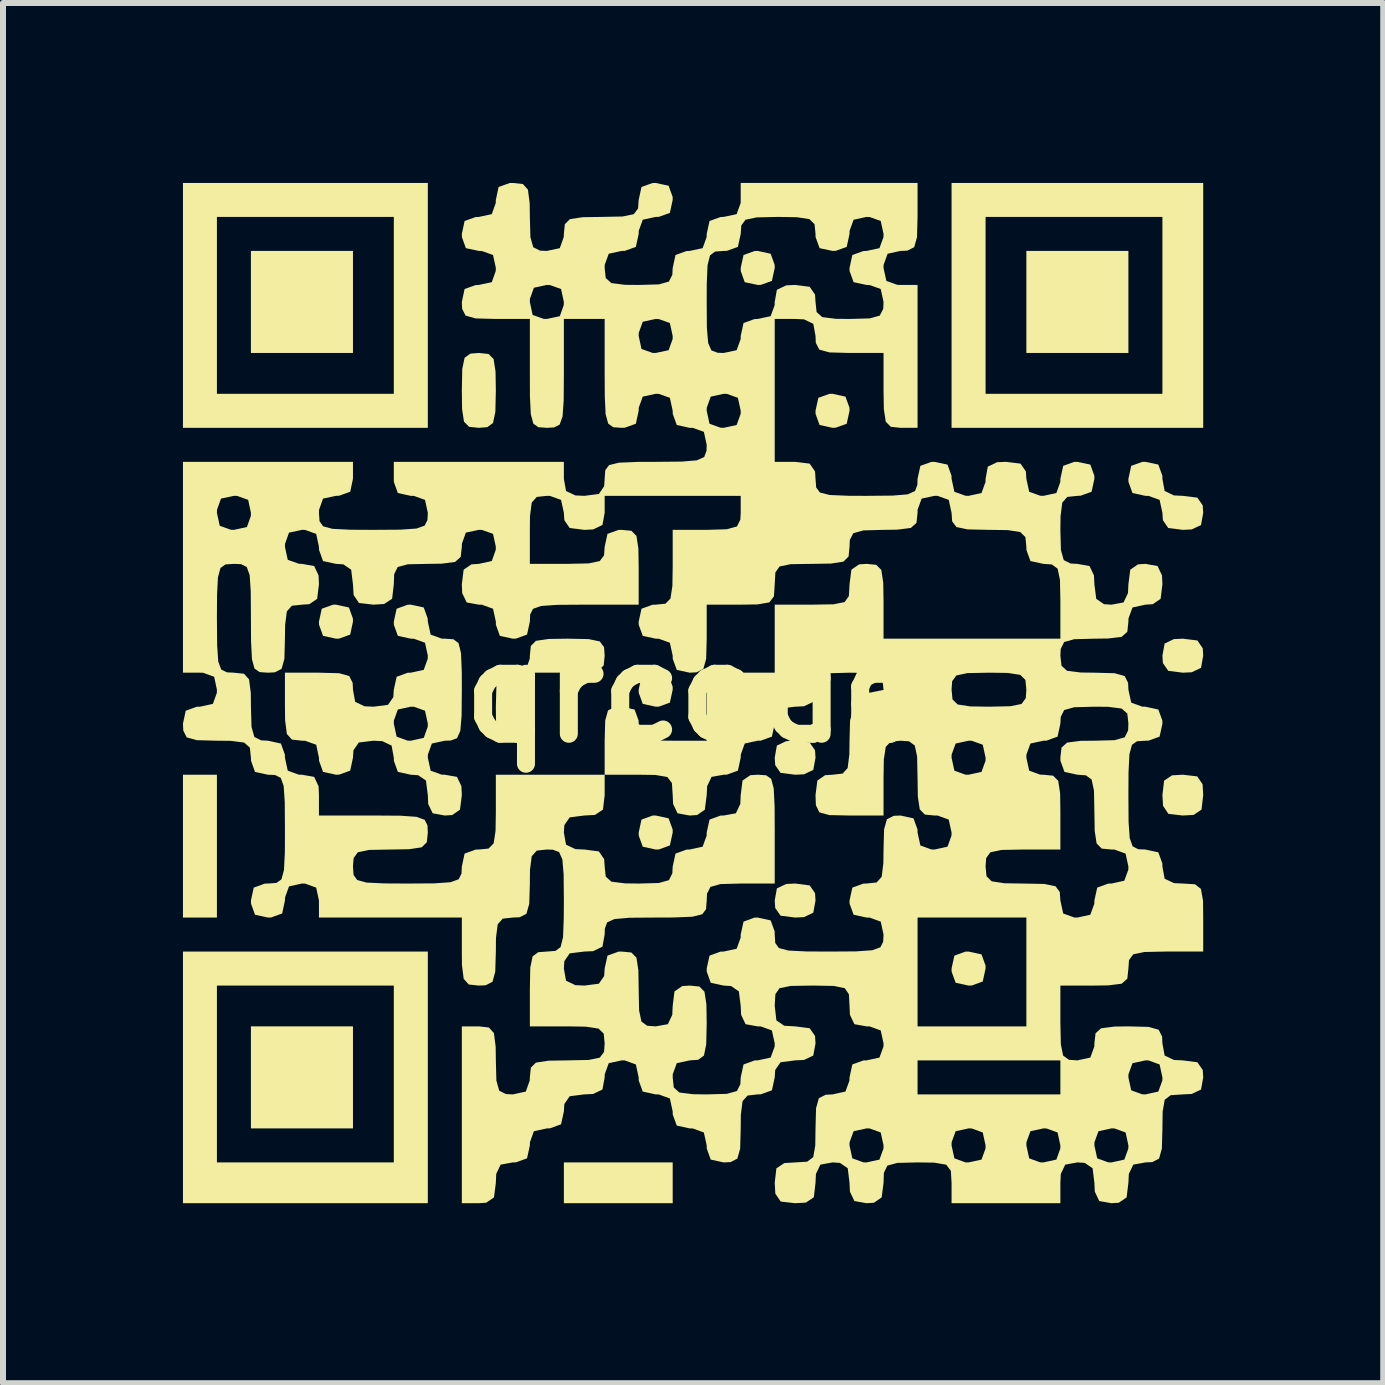
<source format=kicad_pcb>
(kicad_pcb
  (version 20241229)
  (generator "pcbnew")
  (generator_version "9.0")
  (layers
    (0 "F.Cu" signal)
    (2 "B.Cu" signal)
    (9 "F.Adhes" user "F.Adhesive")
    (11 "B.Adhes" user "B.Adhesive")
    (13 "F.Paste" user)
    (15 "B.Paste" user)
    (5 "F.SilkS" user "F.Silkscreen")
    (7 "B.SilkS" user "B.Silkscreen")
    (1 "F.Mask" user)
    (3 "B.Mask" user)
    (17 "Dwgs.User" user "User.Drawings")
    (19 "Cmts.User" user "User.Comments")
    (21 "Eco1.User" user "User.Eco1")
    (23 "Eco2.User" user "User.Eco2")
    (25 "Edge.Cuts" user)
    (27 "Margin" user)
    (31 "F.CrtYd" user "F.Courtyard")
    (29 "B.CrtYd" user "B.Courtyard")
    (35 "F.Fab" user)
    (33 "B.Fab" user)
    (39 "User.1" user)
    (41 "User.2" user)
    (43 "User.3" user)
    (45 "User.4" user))
  (footprint "qrcode"
    (layer "F.Cu")
    (at 8.504 8.504)
    (property "Reference" "qrcode" (at 0 0 0) (layer "F.SilkS") (effects (font (size 1.5 1.5) (thickness 0.3))))
    (attr board_only exclude_from_pos_files exclude_from_bom)
    (fp_poly (pts (xy -7.938 2.551) (xy -7.938 3.742) (xy -8.221 3.742) (xy -8.504 3.742) (xy -8.504 2.551) (xy -8.504 1.361) (xy -8.221 1.361) (xy -7.938 1.361)) (stroke (width 0) (type solid)) (fill yes) (layer "F.SilkS"))
    (fp_poly (pts (xy -5.67 -6.52) (xy -5.67 -5.67) (xy -6.52 -5.67) (xy -7.371 -5.67) (xy -7.371 -6.52) (xy -7.371 -7.371) (xy -6.52 -7.371) (xy -5.67 -7.371)) (stroke (width 0) (type solid)) (fill yes) (layer "F.SilkS"))
    (fp_poly (pts (xy -5.67 6.407) (xy -5.67 7.257) (xy -6.52 7.257) (xy -7.371 7.257) (xy -7.371 6.407) (xy -7.371 5.556) (xy -6.52 5.556) (xy -5.67 5.556)) (stroke (width 0) (type solid)) (fill yes) (layer "F.SilkS"))
    (fp_poly (pts (xy -0.34 8.164) (xy -0.34 8.504) (xy -1.247 8.504) (xy -2.154 8.504) (xy -2.154 8.164) (xy -2.154 7.824) (xy -1.247 7.824) (xy -0.34 7.824)) (stroke (width 0) (type solid)) (fill yes) (layer "F.SilkS"))
    (fp_poly (pts (xy 7.257 -6.52) (xy 7.257 -5.67) (xy 6.407 -5.67) (xy 5.556 -5.67) (xy 5.556 -6.52) (xy 5.556 -7.371) (xy 6.407 -7.371) (xy 7.257 -7.371)) (stroke (width 0) (type solid)) (fill yes) (layer "F.SilkS"))
    (fp_poly (pts (xy -5.737 -1.427) (xy -5.671 -1.243) (xy -5.67 -1.191) (xy -5.716 -0.975) (xy -5.901 -0.908) (xy -5.953 -0.907) (xy -6.169 -0.954) (xy -6.235 -1.138) (xy -6.237 -1.191) (xy -6.19 -1.406) (xy -6.005 -1.473) (xy -5.953 -1.474)) (stroke (width 0) (type solid)) (fill yes) (layer "F.SilkS"))
    (fp_poly (pts (xy -0.408 -0.293) (xy -0.341 -0.109) (xy -0.34 -0.057) (xy -0.387 0.159) (xy -0.571 0.226) (xy -0.624 0.227) (xy -0.839 0.18) (xy -0.906 -0.004) (xy -0.907 -0.057) (xy -0.86 -0.272) (xy -0.676 -0.339) (xy -0.624 -0.34)) (stroke (width 0) (type solid)) (fill yes) (layer "F.SilkS"))
    (fp_poly (pts (xy -0.408 2.088) (xy -0.341 2.272) (xy -0.34 2.325) (xy -0.387 2.54) (xy -0.571 2.607) (xy -0.624 2.608) (xy -0.839 2.561) (xy -0.906 2.377) (xy -0.907 2.325) (xy -0.86 2.109) (xy -0.676 2.042) (xy -0.624 2.041)) (stroke (width 0) (type solid)) (fill yes) (layer "F.SilkS"))
    (fp_poly (pts (xy 1.293 -7.324) (xy 1.36 -7.139) (xy 1.361 -7.087) (xy 1.314 -6.871) (xy 1.129 -6.805) (xy 1.077 -6.804) (xy 0.861 -6.85) (xy 0.795 -7.035) (xy 0.794 -7.087) (xy 0.841 -7.303) (xy 1.025 -7.369) (xy 1.077 -7.371)) (stroke (width 0) (type solid)) (fill yes) (layer "F.SilkS"))
    (fp_poly (pts (xy 1.944 0.824) (xy 2.033 0.954) (xy 2.041 1.077) (xy 2.004 1.28) (xy 1.849 1.354) (xy 1.701 1.361) (xy 1.458 1.33) (xy 1.369 1.201) (xy 1.361 1.077) (xy 1.397 0.875) (xy 1.553 0.801) (xy 1.701 0.794)) (stroke (width 0) (type solid)) (fill yes) (layer "F.SilkS"))
    (fp_poly (pts (xy 1.944 3.206) (xy 2.033 3.335) (xy 2.041 3.458) (xy 2.004 3.661) (xy 1.849 3.735) (xy 1.701 3.742) (xy 1.458 3.711) (xy 1.369 3.582) (xy 1.361 3.458) (xy 1.397 3.256) (xy 1.553 3.182) (xy 1.701 3.175)) (stroke (width 0) (type solid)) (fill yes) (layer "F.SilkS"))
    (fp_poly (pts (xy 2.54 -4.942) (xy 2.607 -4.758) (xy 2.608 -4.706) (xy 2.561 -4.49) (xy 2.377 -4.424) (xy 2.325 -4.422) (xy 2.109 -4.469) (xy 2.042 -4.654) (xy 2.041 -4.706) (xy 2.088 -4.922) (xy 2.272 -4.988) (xy 2.325 -4.989)) (stroke (width 0) (type solid)) (fill yes) (layer "F.SilkS"))
    (fp_poly (pts (xy 4.808 4.356) (xy 4.875 4.54) (xy 4.876 4.592) (xy 4.829 4.808) (xy 4.645 4.875) (xy 4.592 4.876) (xy 4.377 4.829) (xy 4.31 4.645) (xy 4.309 4.592) (xy 4.356 4.377) (xy 4.54 4.31) (xy 4.592 4.309)) (stroke (width 0) (type solid)) (fill yes) (layer "F.SilkS"))
    (fp_poly (pts (xy 8.405 1.389) (xy 8.494 1.521) (xy 8.504 1.701) (xy 8.476 1.942) (xy 8.344 2.031) (xy 8.164 2.041) (xy 7.923 2.013) (xy 7.835 1.88) (xy 7.824 1.701) (xy 7.852 1.46) (xy 7.985 1.371) (xy 8.164 1.361)) (stroke (width 0) (type solid)) (fill yes) (layer "F.SilkS"))
    (fp_poly (pts (xy 8.407 -0.877) (xy 8.496 -0.747) (xy 8.504 -0.624) (xy 8.468 -0.421) (xy 8.312 -0.347) (xy 8.164 -0.34) (xy 7.921 -0.371) (xy 7.832 -0.5) (xy 7.824 -0.624) (xy 7.861 -0.826) (xy 8.016 -0.9) (xy 8.164 -0.907)) (stroke (width 0) (type solid)) (fill yes) (layer "F.SilkS"))
    (fp_poly (pts (xy -3.41 -5.653) (xy -3.325 -5.568) (xy -3.293 -5.357) (xy -3.288 -5.046) (xy -3.296 -4.689) (xy -3.335 -4.503) (xy -3.43 -4.433) (xy -3.572 -4.422) (xy -3.734 -4.439) (xy -3.819 -4.524) (xy -3.851 -4.735) (xy -3.855 -5.046) (xy -3.848 -5.403) (xy -3.809 -5.589) (xy -3.713 -5.659) (xy -3.572 -5.67)) (stroke (width 0) (type solid)) (fill yes) (layer "F.SilkS"))
    (fp_poly (pts (xy -4.422 -6.463) (xy -4.422 -4.422) (xy -6.463 -4.422) (xy -8.504 -4.422) (xy -8.504 -6.463) (xy -7.938 -6.463) (xy -7.938 -4.989) (xy -6.463 -4.989) (xy -4.989 -4.989) (xy -4.989 -6.463) (xy -4.989 -7.938) (xy -6.463 -7.938) (xy -7.938 -7.938) (xy -7.938 -6.463) (xy -8.504 -6.463) (xy -8.504 -8.504) (xy -6.463 -8.504) (xy -4.422 -8.504)) (stroke (width 0) (type solid)) (fill yes) (layer "F.SilkS"))
    (fp_poly (pts (xy 8.504 -6.463) (xy 8.504 -4.422) (xy 6.407 -4.422) (xy 4.309 -4.422) (xy 4.309 -6.463) (xy 4.876 -6.463) (xy 4.876 -4.989) (xy 6.35 -4.989) (xy 7.824 -4.989) (xy 7.824 -6.463) (xy 7.824 -7.938) (xy 6.35 -7.938) (xy 4.876 -7.938) (xy 4.876 -6.463) (xy 4.309 -6.463) (xy 4.309 -8.504) (xy 6.407 -8.504) (xy 8.504 -8.504)) (stroke (width 0) (type solid)) (fill yes) (layer "F.SilkS"))
    (fp_poly (pts (xy -4.422 6.407) (xy -4.422 8.504) (xy -6.463 8.504) (xy -8.504 8.504) (xy -8.504 6.407) (xy -8.504 6.35) (xy -7.938 6.35) (xy -7.938 7.824) (xy -6.463 7.824) (xy -4.989 7.824) (xy -4.989 6.35) (xy -4.989 4.876) (xy -6.463 4.876) (xy -7.938 4.876) (xy -7.938 6.35) (xy -8.504 6.35) (xy -8.504 4.309) (xy -6.463 4.309) (xy -4.422 4.309)) (stroke (width 0) (type solid)) (fill yes) (layer "F.SilkS"))
    (fp_poly (pts (xy 7.756 -3.809) (xy 7.823 -3.624) (xy 7.824 -3.572) (xy 7.861 -3.369) (xy 8.016 -3.295) (xy 8.164 -3.288) (xy 8.407 -3.258) (xy 8.496 -3.128) (xy 8.504 -3.005) (xy 8.468 -2.802) (xy 8.312 -2.728) (xy 8.164 -2.721) (xy 7.921 -2.752) (xy 7.832 -2.882) (xy 7.824 -3.005) (xy 7.777 -3.221) (xy 7.593 -3.287) (xy 7.541 -3.288) (xy 7.325 -3.335) (xy 7.258 -3.52) (xy 7.257 -3.572) (xy 7.304 -3.788) (xy 7.488 -3.854) (xy 7.541 -3.855)) (stroke (width 0) (type solid)) (fill yes) (layer "F.SilkS"))
    (fp_poly (pts (xy -1.741 -0.9) (xy -1.555 -0.861) (xy -1.484 -0.765) (xy -1.474 -0.624) (xy -1.49 -0.461) (xy -1.576 -0.377) (xy -1.786 -0.345) (xy -2.098 -0.34) (xy -2.721 -0.34) (xy -2.721 0.227) (xy -2.731 0.563) (xy -2.778 0.731) (xy -2.891 0.788) (xy -3.005 0.794) (xy -3.173 0.775) (xy -3.257 0.682) (xy -3.286 0.454) (xy -3.288 0.227) (xy -3.279 -0.11) (xy -3.232 -0.278) (xy -3.119 -0.335) (xy -3.005 -0.34) (xy -2.789 -0.387) (xy -2.723 -0.571) (xy -2.721 -0.624) (xy -2.705 -0.786) (xy -2.62 -0.871) (xy -2.409 -0.902) (xy -2.098 -0.907)) (stroke (width 0) (type solid)) (fill yes) (layer "F.SilkS"))
    (fp_poly (pts (xy -4.49 -1.427) (xy -4.424 -1.243) (xy -4.422 -1.191) (xy -4.375 -0.975) (xy -4.191 -0.908) (xy -4.139 -0.907) (xy -3.995 -0.897) (xy -3.91 -0.833) (xy -3.869 -0.668) (xy -3.856 -0.355) (xy -3.855 -0.057) (xy -3.859 0.376) (xy -3.88 0.629) (xy -3.935 0.752) (xy -4.039 0.791) (xy -4.139 0.794) (xy -4.355 0.841) (xy -4.421 1.025) (xy -4.422 1.077) (xy -4.375 1.293) (xy -4.191 1.36) (xy -4.139 1.361) (xy -3.936 1.397) (xy -3.862 1.553) (xy -3.855 1.701) (xy -3.886 1.944) (xy -4.016 2.033) (xy -4.139 2.041) (xy -4.341 2.004) (xy -4.416 1.849) (xy -4.422 1.701) (xy -4.453 1.458) (xy -4.583 1.369) (xy -4.706 1.361) (xy -4.922 1.314) (xy -4.988 1.129) (xy -4.989 1.077) (xy -5.026 0.875) (xy -5.182 0.801) (xy -5.329 0.794) (xy -5.573 0.824) (xy -5.662 0.954) (xy -5.67 1.077) (xy -5.716 1.293) (xy -5.901 1.36) (xy -5.953 1.361) (xy -6.169 1.314) (xy -6.235 1.129) (xy -6.237 1.077) (xy -6.283 0.861) (xy -6.468 0.795) (xy -6.52 0.794) (xy -6.688 0.775) (xy -6.772 0.682) (xy -6.794 0.51) (xy -4.989 0.51) (xy -4.942 0.726) (xy -4.758 0.793) (xy -4.706 0.794) (xy -4.49 0.747) (xy -4.424 0.563) (xy -4.422 0.51) (xy -4.469 0.294) (xy -4.654 0.228) (xy -4.706 0.227) (xy -4.922 0.274) (xy -4.988 0.458) (xy -4.989 0.51) (xy -6.794 0.51) (xy -6.801 0.454) (xy -6.804 0.227) (xy -6.804 -0.34) (xy -6.237 -0.34) (xy -5.9 -0.331) (xy -5.732 -0.284) (xy -5.675 -0.17) (xy -5.67 -0.057) (xy -5.633 0.146) (xy -5.477 0.22) (xy -5.329 0.227) (xy -5.086 0.196) (xy -4.997 0.067) (xy -4.989 -0.057) (xy -4.942 -0.272) (xy -4.758 -0.339) (xy -4.706 -0.34) (xy -4.49 -0.387) (xy -4.424 -0.571) (xy -4.422 -0.624) (xy -4.469 -0.839) (xy -4.654 -0.906) (xy -4.706 -0.907) (xy -4.922 -0.954) (xy -4.988 -1.138) (xy -4.989 -1.191) (xy -4.942 -1.406) (xy -4.758 -1.473) (xy -4.706 -1.474)) (stroke (width 0) (type solid)) (fill yes) (layer "F.SilkS"))
    (fp_poly (pts (xy 3.742 -7.938) (xy 3.733 -7.601) (xy 3.686 -7.433) (xy 3.572 -7.376) (xy 3.458 -7.371) (xy 3.243 -7.324) (xy 3.176 -7.139) (xy 3.175 -7.087) (xy 3.222 -6.871) (xy 3.406 -6.805) (xy 3.458 -6.804) (xy 3.742 -6.804) (xy 3.742 -5.613) (xy 3.742 -4.422) (xy 3.458 -4.422) (xy 3.296 -4.439) (xy 3.212 -4.524) (xy 3.18 -4.735) (xy 3.175 -5.046) (xy 3.175 -5.67) (xy 2.608 -5.67) (xy 2.272 -5.679) (xy 2.104 -5.726) (xy 2.046 -5.839) (xy 2.041 -5.953) (xy 2.004 -6.156) (xy 1.849 -6.23) (xy 1.701 -6.237) (xy 1.361 -6.237) (xy 1.361 -5.046) (xy 1.361 -3.855) (xy 1.701 -3.855) (xy 1.944 -3.825) (xy 2.033 -3.695) (xy 2.041 -3.572) (xy 2.052 -3.428) (xy 2.115 -3.343) (xy 2.28 -3.302) (xy 2.593 -3.289) (xy 2.892 -3.288) (xy 3.324 -3.292) (xy 3.578 -3.313) (xy 3.7 -3.368) (xy 3.739 -3.472) (xy 3.742 -3.572) (xy 3.789 -3.788) (xy 3.973 -3.854) (xy 4.025 -3.855) (xy 4.241 -3.809) (xy 4.308 -3.624) (xy 4.309 -3.572) (xy 4.356 -3.356) (xy 4.54 -3.29) (xy 4.592 -3.288) (xy 4.808 -3.335) (xy 4.875 -3.52) (xy 4.876 -3.572) (xy 4.913 -3.774) (xy 5.068 -3.849) (xy 5.216 -3.855) (xy 5.459 -3.825) (xy 5.548 -3.695) (xy 5.556 -3.572) (xy 5.603 -3.356) (xy 5.787 -3.29) (xy 5.84 -3.288) (xy 6.056 -3.335) (xy 6.122 -3.52) (xy 6.123 -3.572) (xy 6.17 -3.788) (xy 6.354 -3.854) (xy 6.407 -3.855) (xy 6.622 -3.809) (xy 6.689 -3.624) (xy 6.69 -3.572) (xy 6.643 -3.356) (xy 6.459 -3.29) (xy 6.407 -3.288) (xy 6.238 -3.27) (xy 6.155 -3.176) (xy 6.126 -2.949) (xy 6.123 -2.721) (xy 6.132 -2.385) (xy 6.179 -2.217) (xy 6.293 -2.16) (xy 6.407 -2.154) (xy 6.609 -2.118) (xy 6.683 -1.962) (xy 6.69 -1.814) (xy 6.721 -1.571) (xy 6.85 -1.482) (xy 6.974 -1.474) (xy 7.176 -1.511) (xy 7.25 -1.666) (xy 7.257 -1.814) (xy 7.288 -2.057) (xy 7.417 -2.146) (xy 7.541 -2.154) (xy 7.743 -2.118) (xy 7.817 -1.962) (xy 7.824 -1.814) (xy 7.794 -1.571) (xy 7.664 -1.482) (xy 7.541 -1.474) (xy 7.325 -1.427) (xy 7.258 -1.243) (xy 7.257 -1.191) (xy 7.239 -1.022) (xy 7.145 -0.938) (xy 6.918 -0.91) (xy 6.69 -0.907) (xy 6.354 -0.898) (xy 6.186 -0.851) (xy 6.129 -0.737) (xy 6.123 -0.624) (xy 6.142 -0.455) (xy 6.235 -0.371) (xy 6.463 -0.343) (xy 6.69 -0.34) (xy 7.027 -0.331) (xy 7.195 -0.284) (xy 7.252 -0.17) (xy 7.257 -0.057) (xy 7.304 0.159) (xy 7.488 0.226) (xy 7.541 0.227) (xy 7.756 0.274) (xy 7.823 0.458) (xy 7.824 0.51) (xy 7.777 0.726) (xy 7.593 0.793) (xy 7.541 0.794) (xy 7.4 0.803) (xy 7.316 0.863) (xy 7.274 1.02) (xy 7.259 1.319) (xy 7.257 1.701) (xy 7.26 2.151) (xy 7.279 2.42) (xy 7.328 2.555) (xy 7.421 2.603) (xy 7.541 2.608) (xy 7.756 2.655) (xy 7.823 2.839) (xy 7.824 2.892) (xy 7.861 3.094) (xy 8.016 3.168) (xy 8.164 3.175) (xy 8.366 3.187) (xy 8.466 3.264) (xy 8.501 3.462) (xy 8.504 3.742) (xy 8.504 4.309) (xy 7.881 4.309) (xy 7.524 4.316) (xy 7.338 4.355) (xy 7.267 4.451) (xy 7.257 4.592) (xy 7.239 4.761) (xy 7.145 4.845) (xy 6.918 4.873) (xy 6.69 4.876) (xy 6.123 4.876) (xy 6.123 5.5) (xy 6.131 5.857) (xy 6.169 6.043) (xy 6.265 6.113) (xy 6.407 6.123) (xy 6.622 6.076) (xy 6.689 5.892) (xy 6.69 5.84) (xy 6.709 5.671) (xy 6.802 5.588) (xy 7.03 5.559) (xy 7.257 5.556) (xy 7.594 5.565) (xy 7.761 5.612) (xy 7.819 5.726) (xy 7.824 5.84) (xy 7.861 6.042) (xy 8.016 6.116) (xy 8.164 6.123) (xy 8.407 6.154) (xy 8.496 6.283) (xy 8.504 6.407) (xy 8.468 6.609) (xy 8.312 6.683) (xy 8.164 6.69) (xy 7.963 6.703) (xy 7.862 6.779) (xy 7.828 6.977) (xy 7.824 7.257) (xy 7.815 7.594) (xy 7.768 7.761) (xy 7.654 7.819) (xy 7.541 7.824) (xy 7.338 7.861) (xy 7.264 8.016) (xy 7.257 8.164) (xy 7.227 8.407) (xy 7.097 8.496) (xy 6.974 8.504) (xy 6.771 8.468) (xy 6.697 8.312) (xy 6.69 8.164) (xy 6.66 7.921) (xy 6.53 7.832) (xy 6.407 7.824) (xy 6.204 7.861) (xy 6.13 8.016) (xy 6.123 8.164) (xy 6.123 8.504) (xy 5.216 8.504) (xy 4.309 8.504) (xy 4.309 8.164) (xy 4.297 7.963) (xy 4.22 7.862) (xy 4.022 7.828) (xy 3.742 7.824) (xy 3.406 7.832) (xy 3.239 7.877) (xy 3.181 7.996) (xy 3.175 8.164) (xy 3.144 8.407) (xy 3.015 8.496) (xy 2.892 8.504) (xy 2.689 8.468) (xy 2.615 8.312) (xy 2.608 8.164) (xy 2.578 7.921) (xy 2.448 7.832) (xy 2.325 7.824) (xy 2.122 7.861) (xy 2.048 8.016) (xy 2.041 8.164) (xy 2.013 8.405) (xy 1.88 8.494) (xy 1.701 8.504) (xy 1.46 8.476) (xy 1.371 8.344) (xy 1.361 8.164) (xy 1.389 7.923) (xy 1.521 7.835) (xy 1.701 7.824) (xy 1.902 7.812) (xy 2.003 7.736) (xy 2.037 7.541) (xy 2.608 7.541) (xy 2.655 7.756) (xy 2.839 7.823) (xy 2.892 7.824) (xy 3.107 7.777) (xy 3.174 7.593) (xy 3.175 7.541) (xy 4.309 7.541) (xy 4.356 7.756) (xy 4.54 7.823) (xy 4.592 7.824) (xy 4.808 7.777) (xy 4.875 7.593) (xy 4.876 7.541) (xy 5.556 7.541) (xy 5.603 7.756) (xy 5.787 7.823) (xy 5.84 7.824) (xy 6.056 7.777) (xy 6.122 7.593) (xy 6.123 7.541) (xy 6.69 7.541) (xy 6.737 7.756) (xy 6.921 7.823) (xy 6.974 7.824) (xy 7.189 7.777) (xy 7.256 7.593) (xy 7.257 7.541) (xy 7.21 7.325) (xy 7.026 7.258) (xy 6.974 7.257) (xy 6.758 7.304) (xy 6.691 7.488) (xy 6.69 7.541) (xy 6.123 7.541) (xy 6.076 7.325) (xy 5.892 7.258) (xy 5.84 7.257) (xy 5.624 7.304) (xy 5.557 7.488) (xy 5.556 7.541) (xy 4.876 7.541) (xy 4.829 7.325) (xy 4.645 7.258) (xy 4.592 7.257) (xy 4.377 7.304) (xy 4.31 7.488) (xy 4.309 7.541) (xy 3.175 7.541) (xy 3.128 7.325) (xy 2.944 7.258) (xy 2.892 7.257) (xy 2.676 7.304) (xy 2.609 7.488) (xy 2.608 7.541) (xy 2.037 7.541) (xy 2.037 7.537) (xy 2.041 7.257) (xy 2.05 6.921) (xy 2.097 6.753) (xy 2.211 6.696) (xy 2.325 6.69) (xy 2.54 6.643) (xy 2.607 6.459) (xy 2.608 6.407) (xy 3.742 6.407) (xy 3.742 6.69) (xy 4.933 6.69) (xy 6.123 6.69) (xy 6.123 6.407) (xy 7.257 6.407) (xy 7.304 6.622) (xy 7.488 6.689) (xy 7.541 6.69) (xy 7.756 6.643) (xy 7.823 6.459) (xy 7.824 6.407) (xy 7.777 6.191) (xy 7.593 6.124) (xy 7.541 6.123) (xy 7.325 6.17) (xy 7.258 6.354) (xy 7.257 6.407) (xy 6.123 6.407) (xy 6.123 6.123) (xy 4.933 6.123) (xy 3.742 6.123) (xy 3.742 6.407) (xy 2.608 6.407) (xy 2.655 6.191) (xy 2.839 6.124) (xy 2.892 6.123) (xy 3.107 6.076) (xy 3.174 5.892) (xy 3.175 5.84) (xy 3.128 5.624) (xy 2.944 5.557) (xy 2.892 5.556) (xy 2.689 5.52) (xy 2.615 5.364) (xy 2.608 5.216) (xy 2.598 5.022) (xy 2.529 4.92) (xy 2.346 4.882) (xy 1.994 4.876) (xy 1.984 4.876) (xy 1.628 4.882) (xy 1.442 4.919) (xy 1.372 5.019) (xy 1.361 5.211) (xy 1.361 5.216) (xy 1.389 5.457) (xy 1.521 5.546) (xy 1.701 5.556) (xy 1.944 5.587) (xy 2.033 5.716) (xy 2.041 5.84) (xy 2.004 6.042) (xy 1.849 6.116) (xy 1.701 6.123) (xy 1.458 6.154) (xy 1.369 6.283) (xy 1.361 6.407) (xy 1.314 6.622) (xy 1.129 6.689) (xy 1.077 6.69) (xy 0.909 6.709) (xy 0.825 6.802) (xy 0.796 7.03) (xy 0.794 7.257) (xy 0.785 7.594) (xy 0.738 7.761) (xy 0.624 7.819) (xy 0.51 7.824) (xy 0.294 7.777) (xy 0.228 7.593) (xy 0.227 7.541) (xy 0.18 7.325) (xy -0.004 7.258) (xy -0.057 7.257) (xy -0.272 7.21) (xy -0.339 7.026) (xy -0.34 6.974) (xy -0.387 6.758) (xy -0.571 6.691) (xy -0.624 6.69) (xy -0.839 6.643) (xy -0.906 6.459) (xy -0.907 6.407) (xy -0.954 6.191) (xy -1.138 6.124) (xy -1.191 6.123) (xy -1.406 6.17) (xy -1.473 6.354) (xy -1.474 6.407) (xy -1.511 6.609) (xy -1.666 6.683) (xy -1.814 6.69) (xy -2.057 6.721) (xy -2.146 6.85) (xy -2.154 6.974) (xy -2.201 7.189) (xy -2.386 7.256) (xy -2.438 7.257) (xy -2.654 7.304) (xy -2.72 7.488) (xy -2.721 7.541) (xy -2.768 7.756) (xy -2.953 7.823) (xy -3.005 7.824) (xy -3.208 7.861) (xy -3.282 8.016) (xy -3.288 8.164) (xy -3.319 8.407) (xy -3.449 8.496) (xy -3.572 8.504) (xy -3.855 8.504) (xy -3.855 7.03) (xy -3.855 5.556) (xy -3.572 5.556) (xy -3.404 5.575) (xy -3.32 5.668) (xy -3.291 5.896) (xy -3.288 6.123) (xy -3.279 6.46) (xy -3.232 6.628) (xy -3.119 6.685) (xy -3.005 6.69) (xy -2.789 6.643) (xy -2.723 6.459) (xy -2.721 6.407) (xy -2.705 6.244) (xy -2.62 6.16) (xy -2.409 6.128) (xy -2.098 6.123) (xy -1.741 6.116) (xy -1.555 6.077) (xy -1.484 5.981) (xy -1.474 5.84) (xy -1.49 5.677) (xy -1.576 5.593) (xy -1.786 5.561) (xy -2.098 5.556) (xy -2.721 5.556) (xy -2.721 4.933) (xy -2.714 4.575) (xy -2.675 4.389) (xy -2.58 4.319) (xy -2.438 4.309) (xy -2.294 4.298) (xy -2.209 4.235) (xy -2.168 4.07) (xy -2.156 3.757) (xy -2.154 3.458) (xy -2.158 3.026) (xy -2.179 2.772) (xy -2.234 2.65) (xy -2.338 2.611) (xy -2.438 2.608) (xy -2.606 2.626) (xy -2.69 2.72) (xy -2.719 2.947) (xy -2.721 3.175) (xy -2.731 3.511) (xy -2.778 3.679) (xy -2.891 3.737) (xy -3.005 3.742) (xy -3.173 3.76) (xy -3.257 3.854) (xy -3.286 4.081) (xy -3.288 4.309) (xy -3.298 4.645) (xy -3.344 4.813) (xy -3.458 4.871) (xy -3.572 4.876) (xy -3.74 4.858) (xy -3.824 4.764) (xy -3.853 4.536) (xy -3.855 4.309) (xy -3.855 3.742) (xy -5.046 3.742) (xy -6.237 3.742) (xy -6.237 3.458) (xy -6.283 3.243) (xy -6.468 3.176) (xy -6.52 3.175) (xy -6.736 3.222) (xy -6.802 3.406) (xy -6.804 3.458) (xy -6.85 3.674) (xy -7.035 3.741) (xy -7.087 3.742) (xy -7.303 3.695) (xy -7.369 3.511) (xy -7.371 3.458) (xy -7.324 3.243) (xy -7.139 3.176) (xy -7.087 3.175) (xy -6.946 3.165) (xy -6.862 3.105) (xy -6.82 2.949) (xy -6.805 2.65) (xy -6.804 2.268) (xy -6.807 1.818) (xy -6.825 1.549) (xy -6.874 1.413) (xy -6.968 1.366) (xy -7.087 1.361) (xy -7.303 1.314) (xy -7.369 1.129) (xy -7.371 1.077) (xy -7.389 0.909) (xy -7.483 0.825) (xy -7.71 0.796) (xy -7.938 0.794) (xy -8.274 0.785) (xy -8.442 0.738) (xy -8.499 0.624) (xy -8.504 0.51) (xy -8.458 0.294) (xy -8.273 0.228) (xy -8.221 0.227) (xy -8.005 0.18) (xy -7.939 -0.004) (xy -7.938 -0.057) (xy -7.984 -0.272) (xy -8.169 -0.339) (xy -8.221 -0.34) (xy -8.504 -0.34) (xy -8.504 -1.247) (xy -7.938 -1.247) (xy -7.934 -0.797) (xy -7.916 -0.528) (xy -7.867 -0.393) (xy -7.773 -0.346) (xy -7.654 -0.34) (xy -7.486 -0.322) (xy -7.402 -0.228) (xy -7.373 -0.001) (xy -7.371 0.227) (xy -7.361 0.563) (xy -7.314 0.731) (xy -7.201 0.788) (xy -7.087 0.794) (xy -6.871 0.841) (xy -6.805 1.025) (xy -6.804 1.077) (xy -6.757 1.293) (xy -6.572 1.36) (xy -6.52 1.361) (xy -6.317 1.397) (xy -6.243 1.553) (xy -6.237 1.701) (xy -6.237 2.041) (xy -5.329 2.041) (xy -4.88 2.044) (xy -4.61 2.063) (xy -4.475 2.112) (xy -4.428 2.205) (xy -4.422 2.325) (xy -4.439 2.487) (xy -4.524 2.571) (xy -4.735 2.603) (xy -5.046 2.608) (xy -5.403 2.615) (xy -5.589 2.654) (xy -5.659 2.75) (xy -5.67 2.892) (xy -5.66 3.032) (xy -5.6 3.116) (xy -5.444 3.159) (xy -5.145 3.173) (xy -4.763 3.175) (xy -4.313 3.172) (xy -4.043 3.153) (xy -3.908 3.104) (xy -3.861 3.011) (xy -3.855 2.892) (xy -3.809 2.676) (xy -3.624 2.609) (xy -3.572 2.608) (xy -3.41 2.592) (xy -3.325 2.506) (xy -3.297 2.325) (xy -2.154 2.325) (xy -2.118 2.527) (xy -1.962 2.601) (xy -1.814 2.608) (xy -1.571 2.639) (xy -1.482 2.768) (xy -1.474 2.892) (xy -1.456 3.06) (xy -1.362 3.144) (xy -1.135 3.172) (xy -0.907 3.175) (xy -0.571 3.166) (xy -0.403 3.119) (xy -0.346 3.005) (xy -0.34 2.892) (xy -0.293 2.676) (xy -0.109 2.609) (xy -0.057 2.608) (xy 0.159 2.561) (xy 0.226 2.377) (xy 0.227 2.325) (xy 0.274 2.109) (xy 0.458 2.042) (xy 0.51 2.041) (xy 0.713 2.004) (xy 0.787 1.849) (xy 0.794 1.701) (xy 0.824 1.458) (xy 0.954 1.369) (xy 1.077 1.361) (xy 1.218 1.37) (xy 1.302 1.43) (xy 1.344 1.587) (xy 1.359 1.886) (xy 1.361 2.268) (xy 1.361 3.175) (xy 0.794 3.175) (xy 0.457 3.184) (xy 0.289 3.231) (xy 0.232 3.345) (xy 0.227 3.458) (xy 0.216 3.603) (xy 0.153 3.687) (xy -0.012 3.728) (xy -0.325 3.741) (xy -0.624 3.742) (xy -1.056 3.745) (xy -1.31 3.767) (xy -1.432 3.822) (xy -1.471 3.926) (xy -1.474 4.025) (xy -1.511 4.228) (xy -1.666 4.302) (xy -1.814 4.309) (xy -2.057 4.339) (xy -2.146 4.469) (xy -2.154 4.592) (xy -2.118 4.795) (xy -1.962 4.869) (xy -1.814 4.876) (xy -1.571 4.845) (xy -1.482 4.716) (xy -1.474 4.592) (xy -1.427 4.377) (xy -1.243 4.31) (xy -1.191 4.309) (xy -1.028 4.325) (xy -0.944 4.411) (xy -0.912 4.621) (xy -0.907 4.933) (xy -0.9 5.29) (xy -0.861 5.476) (xy -0.765 5.546) (xy -0.624 5.556) (xy -0.421 5.52) (xy -0.347 5.364) (xy -0.34 5.216) (xy -0.31 4.973) (xy -0.18 4.884) (xy -0.057 4.876) (xy 0.106 4.892) (xy 0.19 4.978) (xy 0.222 5.188) (xy 0.227 5.5) (xy 0.219 5.857) (xy 0.181 6.043) (xy 0.085 6.113) (xy -0.057 6.123) (xy -0.272 6.17) (xy -0.339 6.354) (xy -0.34 6.407) (xy -0.322 6.575) (xy -0.228 6.659) (xy -0.001 6.687) (xy 0.227 6.69) (xy 0.563 6.681) (xy 0.731 6.634) (xy 0.788 6.52) (xy 0.794 6.407) (xy 0.841 6.191) (xy 1.025 6.124) (xy 1.077 6.123) (xy 1.293 6.076) (xy 1.36 5.892) (xy 1.361 5.84) (xy 1.314 5.624) (xy 1.129 5.557) (xy 1.077 5.556) (xy 0.875 5.52) (xy 0.801 5.364) (xy 0.794 5.216) (xy 0.763 4.973) (xy 0.634 4.884) (xy 0.51 4.876) (xy 0.294 4.829) (xy 0.23 4.649) (xy 3.742 4.649) (xy 3.742 5.556) (xy 4.649 5.556) (xy 5.556 5.556) (xy 5.556 4.649) (xy 5.556 3.742) (xy 4.649 3.742) (xy 3.742 3.742) (xy 3.742 4.649) (xy 0.23 4.649) (xy 0.228 4.645) (xy 0.227 4.592) (xy 0.274 4.377) (xy 0.458 4.31) (xy 0.51 4.309) (xy 0.726 4.262) (xy 0.793 4.078) (xy 0.794 4.025) (xy 0.841 3.81) (xy 1.025 3.743) (xy 1.077 3.742) (xy 1.293 3.789) (xy 1.36 3.973) (xy 1.361 4.025) (xy 1.37 4.166) (xy 1.43 4.25) (xy 1.587 4.292) (xy 1.886 4.307) (xy 2.268 4.309) (xy 2.718 4.306) (xy 2.987 4.287) (xy 3.122 4.238) (xy 3.169 4.145) (xy 3.175 4.025) (xy 3.128 3.81) (xy 2.944 3.743) (xy 2.892 3.742) (xy 2.676 3.695) (xy 2.609 3.511) (xy 2.608 3.458) (xy 2.655 3.243) (xy 2.839 3.176) (xy 2.892 3.175) (xy 3.06 3.157) (xy 3.144 3.063) (xy 3.165 2.892) (xy 4.876 2.892) (xy 4.892 3.054) (xy 4.978 3.138) (xy 5.188 3.17) (xy 5.5 3.175) (xy 5.857 3.182) (xy 6.043 3.221) (xy 6.113 3.317) (xy 6.123 3.458) (xy 6.17 3.674) (xy 6.354 3.741) (xy 6.407 3.742) (xy 6.622 3.695) (xy 6.689 3.511) (xy 6.69 3.458) (xy 6.737 3.243) (xy 6.921 3.176) (xy 6.974 3.175) (xy 7.189 3.128) (xy 7.256 2.944) (xy 7.257 2.892) (xy 7.21 2.676) (xy 7.026 2.609) (xy 6.974 2.608) (xy 6.811 2.592) (xy 6.727 2.506) (xy 6.695 2.296) (xy 6.69 1.984) (xy 6.683 1.627) (xy 6.644 1.441) (xy 6.548 1.371) (xy 6.407 1.361) (xy 6.191 1.314) (xy 6.124 1.129) (xy 6.123 1.077) (xy 6.142 0.909) (xy 6.235 0.825) (xy 6.463 0.796) (xy 6.69 0.794) (xy 7.027 0.785) (xy 7.195 0.738) (xy 7.252 0.624) (xy 7.257 0.51) (xy 7.239 0.342) (xy 7.145 0.258) (xy 6.918 0.229) (xy 6.69 0.227) (xy 6.354 0.236) (xy 6.186 0.283) (xy 6.129 0.397) (xy 6.123 0.51) (xy 6.076 0.726) (xy 5.892 0.793) (xy 5.84 0.794) (xy 5.624 0.841) (xy 5.557 1.025) (xy 5.556 1.077) (xy 5.603 1.293) (xy 5.787 1.36) (xy 5.84 1.361) (xy 6.002 1.377) (xy 6.087 1.462) (xy 6.119 1.673) (xy 6.123 1.984) (xy 6.123 2.608) (xy 5.5 2.608) (xy 5.142 2.615) (xy 4.956 2.654) (xy 4.886 2.75) (xy 4.876 2.892) (xy 3.165 2.892) (xy 3.172 2.836) (xy 3.175 2.608) (xy 3.184 2.272) (xy 3.231 2.104) (xy 3.345 2.046) (xy 3.458 2.041) (xy 3.674 2.088) (xy 3.741 2.272) (xy 3.742 2.325) (xy 3.789 2.54) (xy 3.973 2.607) (xy 4.025 2.608) (xy 4.241 2.561) (xy 4.308 2.377) (xy 4.309 2.325) (xy 4.262 2.109) (xy 4.078 2.042) (xy 4.025 2.041) (xy 3.863 2.025) (xy 3.779 1.939) (xy 3.747 1.729) (xy 3.742 1.417) (xy 3.735 1.077) (xy 4.309 1.077) (xy 4.356 1.293) (xy 4.54 1.36) (xy 4.592 1.361) (xy 4.808 1.314) (xy 4.875 1.129) (xy 4.876 1.077) (xy 4.829 0.861) (xy 4.645 0.795) (xy 4.592 0.794) (xy 4.377 0.841) (xy 4.31 1.025) (xy 4.309 1.077) (xy 3.735 1.077) (xy 3.735 1.06) (xy 3.696 0.874) (xy 3.6 0.804) (xy 3.458 0.794) (xy 3.296 0.81) (xy 3.212 0.896) (xy 3.18 1.106) (xy 3.175 1.417) (xy 3.175 2.041) (xy 2.608 2.041) (xy 2.272 2.034) (xy 2.105 1.988) (xy 2.047 1.869) (xy 2.041 1.701) (xy 2.072 1.458) (xy 2.201 1.369) (xy 2.325 1.361) (xy 2.493 1.342) (xy 2.577 1.249) (xy 2.605 1.021) (xy 2.608 0.794) (xy 2.617 0.457) (xy 2.664 0.289) (xy 2.778 0.232) (xy 2.892 0.227) (xy 3.107 0.18) (xy 3.174 -0.004) (xy 3.175 -0.057) (xy 4.309 -0.057) (xy 4.325 0.106) (xy 4.411 0.19) (xy 4.621 0.222) (xy 4.933 0.227) (xy 5.29 0.219) (xy 5.476 0.181) (xy 5.546 0.085) (xy 5.556 -0.057) (xy 5.54 -0.219) (xy 5.454 -0.304) (xy 5.244 -0.336) (xy 4.933 -0.34) (xy 4.575 -0.333) (xy 4.389 -0.294) (xy 4.319 -0.198) (xy 4.309 -0.057) (xy 3.175 -0.057) (xy 3.157 -0.225) (xy 3.063 -0.309) (xy 2.836 -0.337) (xy 2.608 -0.34) (xy 2.272 -0.331) (xy 2.104 -0.284) (xy 2.046 -0.17) (xy 2.041 -0.057) (xy 2.004 0.146) (xy 1.849 0.22) (xy 1.701 0.227) (xy 1.458 0.257) (xy 1.369 0.387) (xy 1.361 0.51) (xy 1.314 0.726) (xy 1.129 0.793) (xy 1.077 0.794) (xy 0.861 0.841) (xy 0.795 1.025) (xy 0.794 1.077) (xy 0.747 1.293) (xy 0.563 1.36) (xy 0.51 1.361) (xy 0.308 1.397) (xy 0.234 1.553) (xy 0.227 1.701) (xy 0.196 1.944) (xy 0.067 2.033) (xy -0.057 2.041) (xy -0.259 2.004) (xy -0.333 1.849) (xy -0.34 1.701) (xy -0.353 1.5) (xy -0.429 1.399) (xy -0.627 1.365) (xy -0.907 1.361) (xy -1.474 1.361) (xy -1.474 1.701) (xy -1.502 1.942) (xy -1.635 2.031) (xy -1.814 2.041) (xy -2.057 2.072) (xy -2.146 2.201) (xy -2.154 2.325) (xy -3.297 2.325) (xy -3.293 2.296) (xy -3.288 1.984) (xy -3.288 1.361) (xy -2.381 1.361) (xy -1.474 1.361) (xy -1.474 0.794) (xy -1.465 0.457) (xy -1.418 0.289) (xy -1.304 0.232) (xy -1.191 0.227) (xy -0.975 0.274) (xy -0.908 0.458) (xy -0.907 0.51) (xy -0.889 0.679) (xy -0.795 0.762) (xy -0.568 0.791) (xy -0.34 0.794) (xy 0.227 0.794) (xy 0.227 0.227) (xy 0.227 -0.34) (xy 0.794 -0.34) (xy 1.361 -0.34) (xy 1.361 -0.907) (xy 1.361 -1.474) (xy 1.984 -1.474) (xy 2.341 -1.48) (xy 2.526 -1.517) (xy 2.597 -1.617) (xy 2.608 -1.809) (xy 2.608 -1.814) (xy 2.639 -2.057) (xy 2.768 -2.146) (xy 2.892 -2.154) (xy 3.054 -2.138) (xy 3.138 -2.053) (xy 3.17 -1.842) (xy 3.175 -1.531) (xy 3.175 -0.907) (xy 4.649 -0.907) (xy 6.123 -0.907) (xy 6.123 -1.531) (xy 6.116 -1.888) (xy 6.077 -2.074) (xy 5.981 -2.144) (xy 5.84 -2.154) (xy 5.624 -2.201) (xy 5.557 -2.386) (xy 5.556 -2.438) (xy 5.54 -2.6) (xy 5.454 -2.685) (xy 5.244 -2.717) (xy 4.933 -2.721) (xy 4.575 -2.729) (xy 4.389 -2.768) (xy 4.319 -2.863) (xy 4.309 -3.005) (xy 4.262 -3.221) (xy 4.078 -3.287) (xy 4.025 -3.288) (xy 3.81 -3.242) (xy 3.743 -3.057) (xy 3.742 -3.005) (xy 3.724 -2.837) (xy 3.63 -2.753) (xy 3.403 -2.724) (xy 3.175 -2.721) (xy 2.839 -2.712) (xy 2.671 -2.665) (xy 2.613 -2.552) (xy 2.608 -2.438) (xy 2.592 -2.276) (xy 2.506 -2.191) (xy 2.296 -2.159) (xy 1.984 -2.154) (xy 1.628 -2.149) (xy 1.442 -2.111) (xy 1.372 -2.012) (xy 1.361 -1.819) (xy 1.361 -1.814) (xy 1.348 -1.613) (xy 1.272 -1.512) (xy 1.074 -1.478) (xy 0.794 -1.474) (xy 0.227 -1.474) (xy 0.227 -0.907) (xy 0.218 -0.571) (xy 0.171 -0.403) (xy 0.057 -0.346) (xy -0.057 -0.34) (xy -0.272 -0.387) (xy -0.339 -0.571) (xy -0.34 -0.624) (xy -0.387 -0.839) (xy -0.571 -0.906) (xy -0.624 -0.907) (xy -0.839 -0.954) (xy -0.906 -1.138) (xy -0.907 -1.191) (xy -0.86 -1.406) (xy -0.676 -1.473) (xy -0.624 -1.474) (xy -0.461 -1.49) (xy -0.377 -1.576) (xy -0.345 -1.786) (xy -0.34 -2.098) (xy -0.34 -2.721) (xy 0.227 -2.721) (xy 0.563 -2.731) (xy 0.731 -2.778) (xy 0.788 -2.891) (xy 0.794 -3.005) (xy 0.794 -3.288) (xy -0.34 -3.288) (xy -1.474 -3.288) (xy -1.474 -3.005) (xy -1.511 -2.802) (xy -1.666 -2.728) (xy -1.814 -2.721) (xy -2.057 -2.752) (xy -2.146 -2.882) (xy -2.154 -3.005) (xy -2.201 -3.221) (xy -2.386 -3.287) (xy -2.438 -3.288) (xy -2.606 -3.27) (xy -2.69 -3.176) (xy -2.719 -2.949) (xy -2.721 -2.721) (xy -2.721 -2.154) (xy -2.098 -2.154) (xy -1.741 -2.162) (xy -1.555 -2.201) (xy -1.484 -2.296) (xy -1.474 -2.438) (xy -1.427 -2.654) (xy -1.243 -2.72) (xy -1.191 -2.721) (xy -1.028 -2.705) (xy -0.944 -2.62) (xy -0.912 -2.409) (xy -0.907 -2.098) (xy -0.907 -1.474) (xy -1.814 -1.474) (xy -2.264 -1.471) (xy -2.534 -1.452) (xy -2.669 -1.404) (xy -2.716 -1.31) (xy -2.721 -1.191) (xy -2.768 -0.975) (xy -2.953 -0.908) (xy -3.005 -0.907) (xy -3.221 -0.954) (xy -3.287 -1.138) (xy -3.288 -1.191) (xy -3.335 -1.406) (xy -3.52 -1.473) (xy -3.572 -1.474) (xy -3.774 -1.511) (xy -3.849 -1.666) (xy -3.855 -1.814) (xy -3.825 -2.057) (xy -3.695 -2.146) (xy -3.572 -2.154) (xy -3.356 -2.201) (xy -3.29 -2.386) (xy -3.288 -2.438) (xy -3.335 -2.654) (xy -3.52 -2.72) (xy -3.572 -2.721) (xy -3.788 -2.675) (xy -3.854 -2.49) (xy -3.855 -2.438) (xy -3.874 -2.27) (xy -3.968 -2.186) (xy -4.195 -2.157) (xy -4.422 -2.154) (xy -4.758 -2.147) (xy -4.925 -2.101) (xy -4.983 -1.982) (xy -4.989 -1.814) (xy -5.017 -1.573) (xy -5.15 -1.485) (xy -5.329 -1.474) (xy -5.57 -1.502) (xy -5.659 -1.635) (xy -5.67 -1.814) (xy -5.7 -2.057) (xy -5.83 -2.146) (xy -5.953 -2.154) (xy -6.169 -2.201) (xy -6.235 -2.386) (xy -6.237 -2.438) (xy -6.283 -2.654) (xy -6.468 -2.72) (xy -6.52 -2.721) (xy -6.736 -2.675) (xy -6.802 -2.49) (xy -6.804 -2.438) (xy -6.757 -2.222) (xy -6.572 -2.156) (xy -6.52 -2.154) (xy -6.317 -2.118) (xy -6.243 -1.962) (xy -6.237 -1.814) (xy -6.267 -1.571) (xy -6.397 -1.482) (xy -6.52 -1.474) (xy -6.688 -1.456) (xy -6.772 -1.362) (xy -6.801 -1.135) (xy -6.804 -0.907) (xy -6.813 -0.571) (xy -6.86 -0.403) (xy -6.973 -0.346) (xy -7.087 -0.34) (xy -7.228 -0.35) (xy -7.312 -0.41) (xy -7.354 -0.566) (xy -7.369 -0.865) (xy -7.371 -1.247) (xy -7.374 -1.697) (xy -7.392 -1.967) (xy -7.441 -2.102) (xy -7.535 -2.149) (xy -7.654 -2.154) (xy -7.795 -2.145) (xy -7.879 -2.085) (xy -7.921 -1.929) (xy -7.936 -1.63) (xy -7.938 -1.247) (xy -8.504 -1.247) (xy -8.504 -2.098) (xy -8.504 -3.005) (xy -7.938 -3.005) (xy -7.891 -2.789) (xy -7.706 -2.723) (xy -7.654 -2.721) (xy -7.438 -2.768) (xy -7.372 -2.953) (xy -7.371 -3.005) (xy -7.417 -3.221) (xy -7.602 -3.287) (xy -7.654 -3.288) (xy -7.87 -3.242) (xy -7.936 -3.057) (xy -7.938 -3.005) (xy -8.504 -3.005) (xy -8.504 -3.855) (xy -7.087 -3.855) (xy -5.67 -3.855) (xy -5.67 -3.572) (xy -5.716 -3.356) (xy -5.901 -3.29) (xy -5.953 -3.288) (xy -6.169 -3.242) (xy -6.235 -3.057) (xy -6.237 -3.005) (xy -6.227 -2.864) (xy -6.167 -2.78) (xy -6.011 -2.738) (xy -5.712 -2.723) (xy -5.329 -2.721) (xy -4.88 -2.724) (xy -4.61 -2.743) (xy -4.475 -2.792) (xy -4.428 -2.885) (xy -4.422 -3.005) (xy -4.469 -3.221) (xy -4.654 -3.287) (xy -4.706 -3.288) (xy -4.922 -3.335) (xy -4.988 -3.52) (xy -4.989 -3.572) (xy -4.989 -3.855) (xy -3.572 -3.855) (xy -2.154 -3.855) (xy -2.154 -3.572) (xy -2.118 -3.369) (xy -1.962 -3.295) (xy -1.814 -3.288) (xy -1.571 -3.319) (xy -1.482 -3.449) (xy -1.474 -3.572) (xy -1.464 -3.716) (xy -1.4 -3.801) (xy -1.235 -3.841) (xy -0.922 -3.854) (xy -0.624 -3.855) (xy -0.191 -3.859) (xy 0.062 -3.88) (xy 0.185 -3.935) (xy 0.224 -4.039) (xy 0.227 -4.139) (xy 0.18 -4.355) (xy -0.004 -4.421) (xy -0.057 -4.422) (xy -0.272 -4.469) (xy -0.339 -4.654) (xy -0.34 -4.706) (xy 0.227 -4.706) (xy 0.274 -4.49) (xy 0.458 -4.424) (xy 0.51 -4.422) (xy 0.726 -4.469) (xy 0.793 -4.654) (xy 0.794 -4.706) (xy 0.747 -4.922) (xy 0.563 -4.988) (xy 0.51 -4.989) (xy 0.294 -4.942) (xy 0.228 -4.758) (xy 0.227 -4.706) (xy -0.34 -4.706) (xy -0.387 -4.922) (xy -0.571 -4.988) (xy -0.624 -4.989) (xy -0.839 -4.942) (xy -0.906 -4.758) (xy -0.907 -4.706) (xy -0.954 -4.49) (xy -1.138 -4.424) (xy -1.191 -4.422) (xy -1.331 -4.432) (xy -1.415 -4.492) (xy -1.458 -4.648) (xy -1.472 -4.947) (xy -1.474 -5.329) (xy -1.474 -5.953) (xy -0.907 -5.953) (xy -0.86 -5.737) (xy -0.676 -5.671) (xy -0.624 -5.67) (xy -0.408 -5.716) (xy -0.341 -5.901) (xy -0.34 -5.953) (xy -0.387 -6.169) (xy -0.571 -6.235) (xy -0.624 -6.237) (xy -0.839 -6.19) (xy -0.906 -6.005) (xy -0.907 -5.953) (xy -1.474 -5.953) (xy -1.474 -6.237) (xy -1.814 -6.237) (xy -2.154 -6.237) (xy -2.154 -5.329) (xy -2.157 -4.88) (xy -2.176 -4.61) (xy -2.225 -4.475) (xy -2.318 -4.428) (xy -2.438 -4.422) (xy -2.579 -4.432) (xy -2.663 -4.492) (xy -2.705 -4.648) (xy -2.72 -4.947) (xy -2.721 -5.329) (xy -2.721 -6.237) (xy -3.288 -6.237) (xy -3.625 -6.246) (xy -3.793 -6.293) (xy -3.85 -6.406) (xy -3.855 -6.52) (xy -2.721 -6.52) (xy -2.675 -6.304) (xy -2.49 -6.238) (xy -2.438 -6.237) (xy -2.222 -6.283) (xy -2.156 -6.468) (xy -2.154 -6.52) (xy 0.227 -6.52) (xy 0.23 -6.088) (xy 0.252 -5.834) (xy 0.306 -5.712) (xy 0.411 -5.673) (xy 0.51 -5.67) (xy 0.726 -5.716) (xy 0.793 -5.901) (xy 0.794 -5.953) (xy 0.841 -6.169) (xy 1.025 -6.235) (xy 1.077 -6.237) (xy 1.293 -6.283) (xy 1.36 -6.468) (xy 1.361 -6.52) (xy 1.397 -6.723) (xy 1.553 -6.797) (xy 1.701 -6.804) (xy 1.944 -6.773) (xy 2.033 -6.643) (xy 2.041 -6.52) (xy 2.059 -6.352) (xy 2.153 -6.268) (xy 2.38 -6.239) (xy 2.608 -6.237) (xy 2.945 -6.246) (xy 3.112 -6.293) (xy 3.17 -6.406) (xy 3.175 -6.52) (xy 3.128 -6.736) (xy 2.944 -6.802) (xy 2.892 -6.804) (xy 2.676 -6.85) (xy 2.609 -7.035) (xy 2.608 -7.087) (xy 2.655 -7.303) (xy 2.839 -7.369) (xy 2.892 -7.371) (xy 3.107 -7.417) (xy 3.174 -7.602) (xy 3.175 -7.654) (xy 3.128 -7.87) (xy 2.944 -7.936) (xy 2.892 -7.938) (xy 2.676 -7.891) (xy 2.609 -7.706) (xy 2.608 -7.654) (xy 2.561 -7.438) (xy 2.377 -7.372) (xy 2.325 -7.371) (xy 2.109 -7.417) (xy 2.042 -7.602) (xy 2.041 -7.654) (xy 2.025 -7.816) (xy 1.939 -7.901) (xy 1.729 -7.933) (xy 1.417 -7.938) (xy 1.06 -7.93) (xy 0.874 -7.891) (xy 0.804 -7.796) (xy 0.794 -7.654) (xy 0.747 -7.438) (xy 0.563 -7.372) (xy 0.51 -7.371) (xy 0.366 -7.36) (xy 0.282 -7.296) (xy 0.241 -7.132) (xy 0.228 -6.819) (xy 0.227 -6.52) (xy -2.154 -6.52) (xy -2.201 -6.736) (xy -2.386 -6.802) (xy -2.438 -6.804) (xy -2.654 -6.757) (xy -2.72 -6.572) (xy -2.721 -6.52) (xy -3.855 -6.52) (xy -3.809 -6.736) (xy -3.624 -6.802) (xy -3.572 -6.804) (xy -3.356 -6.85) (xy -3.29 -7.035) (xy -3.288 -7.087) (xy -3.335 -7.303) (xy -3.52 -7.369) (xy -3.572 -7.371) (xy -3.788 -7.417) (xy -3.854 -7.602) (xy -3.855 -7.654) (xy -3.809 -7.87) (xy -3.624 -7.936) (xy -3.572 -7.938) (xy -3.356 -7.984) (xy -3.29 -8.169) (xy -3.288 -8.221) (xy -3.242 -8.437) (xy -3.057 -8.503) (xy -3.005 -8.504) (xy -2.837 -8.486) (xy -2.753 -8.392) (xy -2.724 -8.165) (xy -2.721 -7.938) (xy -2.712 -7.601) (xy -2.665 -7.433) (xy -2.552 -7.376) (xy -2.438 -7.371) (xy -2.222 -7.417) (xy -2.156 -7.602) (xy -2.154 -7.654) (xy -2.138 -7.816) (xy -2.053 -7.901) (xy -1.842 -7.933) (xy -1.531 -7.938) (xy -1.174 -7.945) (xy -0.988 -7.984) (xy -0.917 -8.079) (xy -0.907 -8.221) (xy -0.86 -8.437) (xy -0.676 -8.503) (xy -0.624 -8.504) (xy -0.408 -8.458) (xy -0.341 -8.273) (xy -0.34 -8.221) (xy -0.387 -8.005) (xy -0.571 -7.939) (xy -0.624 -7.938) (xy -0.839 -7.891) (xy -0.906 -7.706) (xy -0.907 -7.654) (xy -0.954 -7.438) (xy -1.138 -7.372) (xy -1.191 -7.371) (xy -1.406 -7.324) (xy -1.473 -7.139) (xy -1.474 -7.087) (xy -1.456 -6.919) (xy -1.362 -6.835) (xy -1.135 -6.806) (xy -0.907 -6.804) (xy -0.571 -6.813) (xy -0.403 -6.86) (xy -0.346 -6.973) (xy -0.34 -7.087) (xy -0.293 -7.303) (xy -0.109 -7.369) (xy -0.057 -7.371) (xy 0.159 -7.417) (xy 0.226 -7.602) (xy 0.227 -7.654) (xy 0.274 -7.87) (xy 0.458 -7.936) (xy 0.51 -7.938) (xy 0.726 -7.984) (xy 0.793 -8.169) (xy 0.794 -8.221) (xy 0.794 -8.504) (xy 2.268 -8.504) (xy 3.742 -8.504)) (stroke (width 0) (type solid)) (fill yes) (layer "F.SilkS")))
  (gr_rect
    (start -3 -3)
    (end 20.009 20.009)
    (stroke (width 0.1) (type default))
    (fill no)
    (layer "Edge.Cuts")))
</source>
